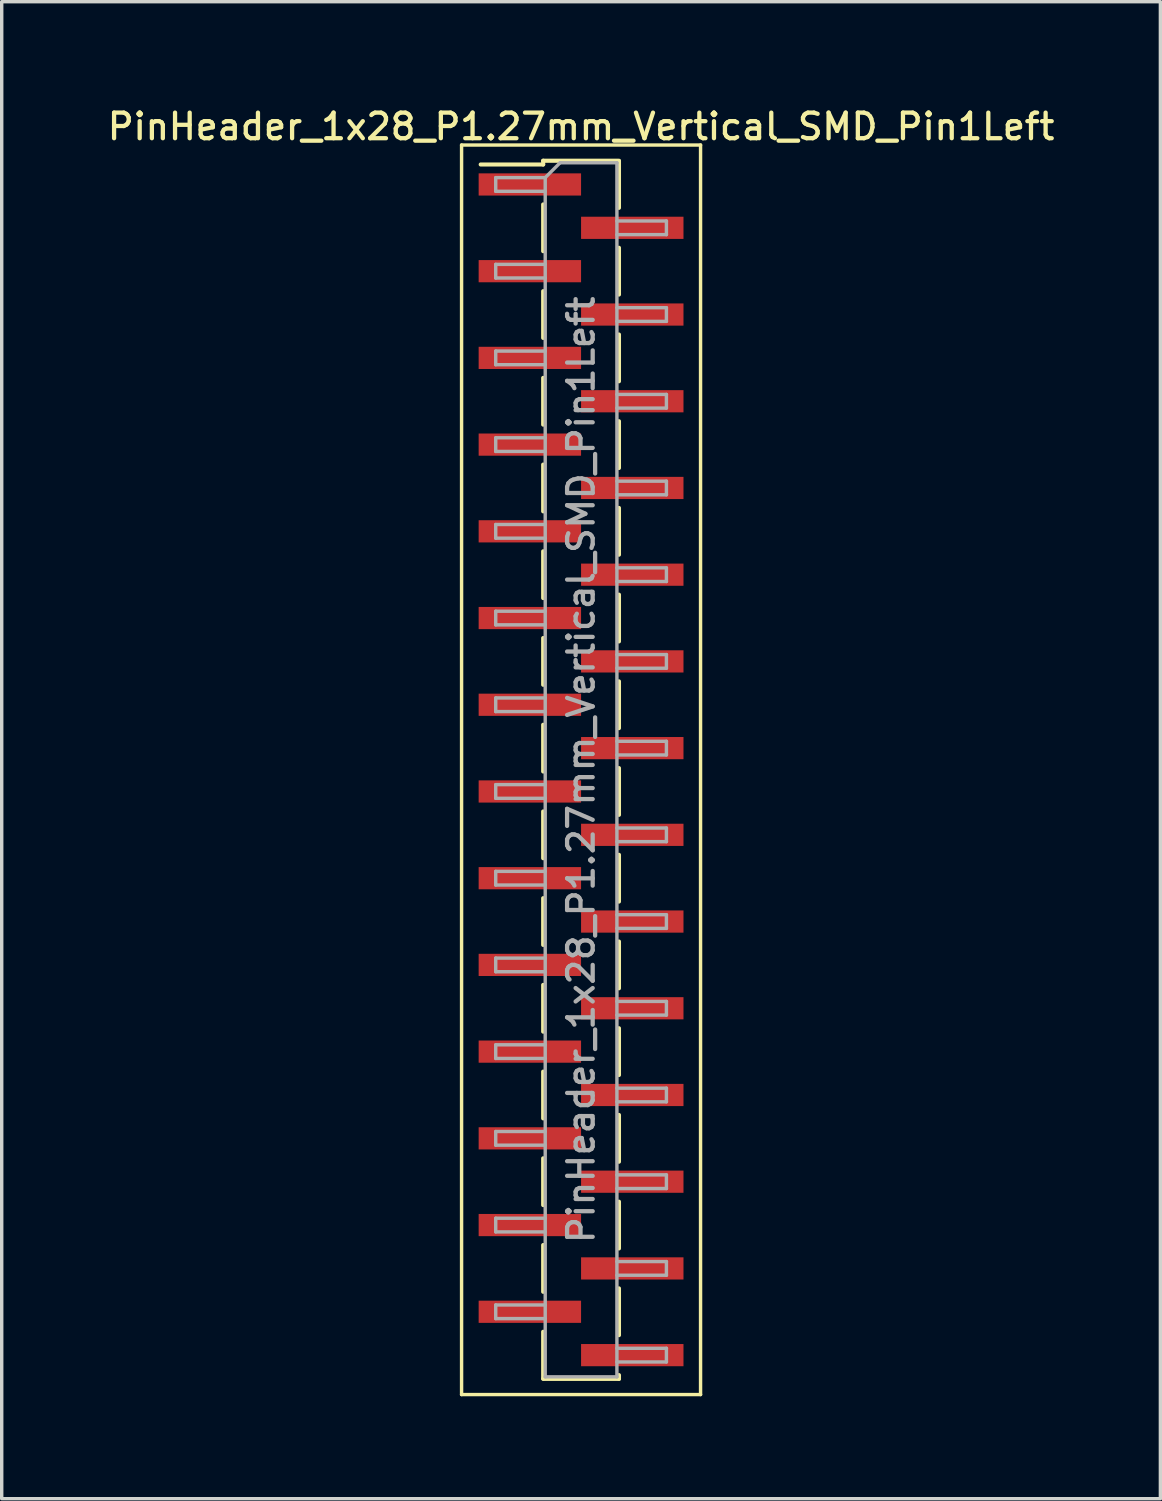
<source format=kicad_pcb>
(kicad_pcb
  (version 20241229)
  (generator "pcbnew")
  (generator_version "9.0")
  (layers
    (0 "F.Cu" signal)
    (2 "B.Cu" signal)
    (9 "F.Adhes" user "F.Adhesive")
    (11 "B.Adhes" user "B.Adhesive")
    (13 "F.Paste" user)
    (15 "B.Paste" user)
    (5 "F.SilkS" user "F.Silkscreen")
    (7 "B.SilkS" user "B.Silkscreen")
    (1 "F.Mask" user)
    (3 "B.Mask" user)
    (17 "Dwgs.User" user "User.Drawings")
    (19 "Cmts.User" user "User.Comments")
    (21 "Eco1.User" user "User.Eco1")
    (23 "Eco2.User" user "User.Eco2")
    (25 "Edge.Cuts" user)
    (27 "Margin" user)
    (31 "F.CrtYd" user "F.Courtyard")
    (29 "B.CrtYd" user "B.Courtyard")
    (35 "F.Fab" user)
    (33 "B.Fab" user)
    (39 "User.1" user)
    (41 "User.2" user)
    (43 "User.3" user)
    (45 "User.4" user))
  (footprint "PinHeader_1x28_P1.27mm_Vertical_SMD_Pin1Left"
    (layer "F.Cu")
    (at 13.97 19.498)
    (property "Reference" "PinHeader_1x28_P1.27mm_Vertical_SMD_Pin1Left" (at 0 -18.84 0) (layer "F.SilkS") (effects (font (size 0.75 0.75) (thickness 0.125))))
    (attr smd)
    (fp_line (start -3.5 -18.3) (end -3.5 18.3) (stroke (width 0.1) (type solid)) (layer "F.SilkS"))
    (fp_line (start -3.5 18.3) (end 3.5 18.3) (stroke (width 0.1) (type solid)) (layer "F.SilkS"))
    (fp_line (start -1.11 -17.84) (end -1.11 -17.73) (stroke (width 0.12) (type solid)) (layer "F.SilkS"))
    (fp_line (start -1.11 -17.84) (end 1.11 -17.84) (stroke (width 0.12) (type solid)) (layer "F.SilkS"))
    (fp_line (start -1.11 -17.73) (end -2.94 -17.73) (stroke (width 0.12) (type solid)) (layer "F.SilkS"))
    (fp_line (start -1.11 -16.56) (end -1.11 -15.19) (stroke (width 0.12) (type solid)) (layer "F.SilkS"))
    (fp_line (start -1.11 -14.02) (end -1.11 -12.65) (stroke (width 0.12) (type solid)) (layer "F.SilkS"))
    (fp_line (start -1.11 -11.48) (end -1.11 -10.11) (stroke (width 0.12) (type solid)) (layer "F.SilkS"))
    (fp_line (start -1.11 -8.94) (end -1.11 -7.57) (stroke (width 0.12) (type solid)) (layer "F.SilkS"))
    (fp_line (start -1.11 -6.4) (end -1.11 -5.03) (stroke (width 0.12) (type solid)) (layer "F.SilkS"))
    (fp_line (start -1.11 -3.86) (end -1.11 -2.49) (stroke (width 0.12) (type solid)) (layer "F.SilkS"))
    (fp_line (start -1.11 -1.32) (end -1.11 0.05) (stroke (width 0.12) (type solid)) (layer "F.SilkS"))
    (fp_line (start -1.11 1.22) (end -1.11 2.59) (stroke (width 0.12) (type solid)) (layer "F.SilkS"))
    (fp_line (start -1.11 3.76) (end -1.11 5.13) (stroke (width 0.12) (type solid)) (layer "F.SilkS"))
    (fp_line (start -1.11 6.3) (end -1.11 7.67) (stroke (width 0.12) (type solid)) (layer "F.SilkS"))
    (fp_line (start -1.11 8.84) (end -1.11 10.21) (stroke (width 0.12) (type solid)) (layer "F.SilkS"))
    (fp_line (start -1.11 11.38) (end -1.11 12.75) (stroke (width 0.12) (type solid)) (layer "F.SilkS"))
    (fp_line (start -1.11 13.92) (end -1.11 15.29) (stroke (width 0.12) (type solid)) (layer "F.SilkS"))
    (fp_line (start -1.11 16.46) (end -1.11 17.83) (stroke (width 0.12) (type solid)) (layer "F.SilkS"))
    (fp_line (start -1.11 17.84) (end 1.11 17.84) (stroke (width 0.12) (type solid)) (layer "F.SilkS"))
    (fp_line (start 1.11 -17.83) (end 1.11 -16.46) (stroke (width 0.12) (type solid)) (layer "F.SilkS"))
    (fp_line (start 1.11 -15.29) (end 1.11 -13.92) (stroke (width 0.12) (type solid)) (layer "F.SilkS"))
    (fp_line (start 1.11 -12.75) (end 1.11 -11.38) (stroke (width 0.12) (type solid)) (layer "F.SilkS"))
    (fp_line (start 1.11 -10.21) (end 1.11 -8.84) (stroke (width 0.12) (type solid)) (layer "F.SilkS"))
    (fp_line (start 1.11 -7.67) (end 1.11 -6.3) (stroke (width 0.12) (type solid)) (layer "F.SilkS"))
    (fp_line (start 1.11 -5.13) (end 1.11 -3.76) (stroke (width 0.12) (type solid)) (layer "F.SilkS"))
    (fp_line (start 1.11 -2.59) (end 1.11 -1.22) (stroke (width 0.12) (type solid)) (layer "F.SilkS"))
    (fp_line (start 1.11 -0.05) (end 1.11 1.32) (stroke (width 0.12) (type solid)) (layer "F.SilkS"))
    (fp_line (start 1.11 2.49) (end 1.11 3.86) (stroke (width 0.12) (type solid)) (layer "F.SilkS"))
    (fp_line (start 1.11 5.03) (end 1.11 6.4) (stroke (width 0.12) (type solid)) (layer "F.SilkS"))
    (fp_line (start 1.11 7.57) (end 1.11 8.94) (stroke (width 0.12) (type solid)) (layer "F.SilkS"))
    (fp_line (start 1.11 10.11) (end 1.11 11.48) (stroke (width 0.12) (type solid)) (layer "F.SilkS"))
    (fp_line (start 1.11 12.65) (end 1.11 14.02) (stroke (width 0.12) (type solid)) (layer "F.SilkS"))
    (fp_line (start 1.11 15.19) (end 1.11 16.56) (stroke (width 0.12) (type solid)) (layer "F.SilkS"))
    (fp_line (start 1.11 17.73) (end 1.11 17.84) (stroke (width 0.12) (type solid)) (layer "F.SilkS"))
    (fp_line (start 3.5 -18.3) (end -3.5 -18.3) (stroke (width 0.1) (type solid)) (layer "F.SilkS"))
    (fp_line (start 3.5 18.3) (end 3.5 -18.3) (stroke (width 0.1) (type solid)) (layer "F.SilkS"))
    (fp_line (start -2.5 -17.345) (end -2.5 -16.945) (stroke (width 0.1) (type solid)) (layer "F.Fab"))
    (fp_line (start -2.5 -16.945) (end -1.05 -16.945) (stroke (width 0.1) (type solid)) (layer "F.Fab"))
    (fp_line (start -2.5 -14.805) (end -2.5 -14.405) (stroke (width 0.1) (type solid)) (layer "F.Fab"))
    (fp_line (start -2.5 -14.405) (end -1.05 -14.405) (stroke (width 0.1) (type solid)) (layer "F.Fab"))
    (fp_line (start -2.5 -12.265) (end -2.5 -11.865) (stroke (width 0.1) (type solid)) (layer "F.Fab"))
    (fp_line (start -2.5 -11.865) (end -1.05 -11.865) (stroke (width 0.1) (type solid)) (layer "F.Fab"))
    (fp_line (start -2.5 -9.725) (end -2.5 -9.325) (stroke (width 0.1) (type solid)) (layer "F.Fab"))
    (fp_line (start -2.5 -9.325) (end -1.05 -9.325) (stroke (width 0.1) (type solid)) (layer "F.Fab"))
    (fp_line (start -2.5 -7.185) (end -2.5 -6.785) (stroke (width 0.1) (type solid)) (layer "F.Fab"))
    (fp_line (start -2.5 -6.785) (end -1.05 -6.785) (stroke (width 0.1) (type solid)) (layer "F.Fab"))
    (fp_line (start -2.5 -4.645) (end -2.5 -4.245) (stroke (width 0.1) (type solid)) (layer "F.Fab"))
    (fp_line (start -2.5 -4.245) (end -1.05 -4.245) (stroke (width 0.1) (type solid)) (layer "F.Fab"))
    (fp_line (start -2.5 -2.105) (end -2.5 -1.705) (stroke (width 0.1) (type solid)) (layer "F.Fab"))
    (fp_line (start -2.5 -1.705) (end -1.05 -1.705) (stroke (width 0.1) (type solid)) (layer "F.Fab"))
    (fp_line (start -2.5 0.435) (end -2.5 0.835) (stroke (width 0.1) (type solid)) (layer "F.Fab"))
    (fp_line (start -2.5 0.835) (end -1.05 0.835) (stroke (width 0.1) (type solid)) (layer "F.Fab"))
    (fp_line (start -2.5 2.975) (end -2.5 3.375) (stroke (width 0.1) (type solid)) (layer "F.Fab"))
    (fp_line (start -2.5 3.375) (end -1.05 3.375) (stroke (width 0.1) (type solid)) (layer "F.Fab"))
    (fp_line (start -2.5 5.515) (end -2.5 5.915) (stroke (width 0.1) (type solid)) (layer "F.Fab"))
    (fp_line (start -2.5 5.915) (end -1.05 5.915) (stroke (width 0.1) (type solid)) (layer "F.Fab"))
    (fp_line (start -2.5 8.055) (end -2.5 8.455) (stroke (width 0.1) (type solid)) (layer "F.Fab"))
    (fp_line (start -2.5 8.455) (end -1.05 8.455) (stroke (width 0.1) (type solid)) (layer "F.Fab"))
    (fp_line (start -2.5 10.595) (end -2.5 10.995) (stroke (width 0.1) (type solid)) (layer "F.Fab"))
    (fp_line (start -2.5 10.995) (end -1.05 10.995) (stroke (width 0.1) (type solid)) (layer "F.Fab"))
    (fp_line (start -2.5 13.135) (end -2.5 13.535) (stroke (width 0.1) (type solid)) (layer "F.Fab"))
    (fp_line (start -2.5 13.535) (end -1.05 13.535) (stroke (width 0.1) (type solid)) (layer "F.Fab"))
    (fp_line (start -2.5 15.675) (end -2.5 16.075) (stroke (width 0.1) (type solid)) (layer "F.Fab"))
    (fp_line (start -2.5 16.075) (end -1.05 16.075) (stroke (width 0.1) (type solid)) (layer "F.Fab"))
    (fp_line (start -1.05 -17.345) (end -2.5 -17.345) (stroke (width 0.1) (type solid)) (layer "F.Fab"))
    (fp_line (start -1.05 -17.345) (end -0.615 -17.78) (stroke (width 0.1) (type solid)) (layer "F.Fab"))
    (fp_line (start -1.05 -14.805) (end -2.5 -14.805) (stroke (width 0.1) (type solid)) (layer "F.Fab"))
    (fp_line (start -1.05 -12.265) (end -2.5 -12.265) (stroke (width 0.1) (type solid)) (layer "F.Fab"))
    (fp_line (start -1.05 -9.725) (end -2.5 -9.725) (stroke (width 0.1) (type solid)) (layer "F.Fab"))
    (fp_line (start -1.05 -7.185) (end -2.5 -7.185) (stroke (width 0.1) (type solid)) (layer "F.Fab"))
    (fp_line (start -1.05 -4.645) (end -2.5 -4.645) (stroke (width 0.1) (type solid)) (layer "F.Fab"))
    (fp_line (start -1.05 -2.105) (end -2.5 -2.105) (stroke (width 0.1) (type solid)) (layer "F.Fab"))
    (fp_line (start -1.05 0.435) (end -2.5 0.435) (stroke (width 0.1) (type solid)) (layer "F.Fab"))
    (fp_line (start -1.05 2.975) (end -2.5 2.975) (stroke (width 0.1) (type solid)) (layer "F.Fab"))
    (fp_line (start -1.05 5.515) (end -2.5 5.515) (stroke (width 0.1) (type solid)) (layer "F.Fab"))
    (fp_line (start -1.05 8.055) (end -2.5 8.055) (stroke (width 0.1) (type solid)) (layer "F.Fab"))
    (fp_line (start -1.05 10.595) (end -2.5 10.595) (stroke (width 0.1) (type solid)) (layer "F.Fab"))
    (fp_line (start -1.05 13.135) (end -2.5 13.135) (stroke (width 0.1) (type solid)) (layer "F.Fab"))
    (fp_line (start -1.05 15.675) (end -2.5 15.675) (stroke (width 0.1) (type solid)) (layer "F.Fab"))
    (fp_line (start -1.05 17.78) (end -1.05 -17.345) (stroke (width 0.1) (type solid)) (layer "F.Fab"))
    (fp_line (start -0.615 -17.78) (end 1.05 -17.78) (stroke (width 0.1) (type solid)) (layer "F.Fab"))
    (fp_line (start 1.05 -17.78) (end 1.05 17.78) (stroke (width 0.1) (type solid)) (layer "F.Fab"))
    (fp_line (start 1.05 -16.075) (end 2.5 -16.075) (stroke (width 0.1) (type solid)) (layer "F.Fab"))
    (fp_line (start 1.05 -13.535) (end 2.5 -13.535) (stroke (width 0.1) (type solid)) (layer "F.Fab"))
    (fp_line (start 1.05 -10.995) (end 2.5 -10.995) (stroke (width 0.1) (type solid)) (layer "F.Fab"))
    (fp_line (start 1.05 -8.455) (end 2.5 -8.455) (stroke (width 0.1) (type solid)) (layer "F.Fab"))
    (fp_line (start 1.05 -5.915) (end 2.5 -5.915) (stroke (width 0.1) (type solid)) (layer "F.Fab"))
    (fp_line (start 1.05 -3.375) (end 2.5 -3.375) (stroke (width 0.1) (type solid)) (layer "F.Fab"))
    (fp_line (start 1.05 -0.835) (end 2.5 -0.835) (stroke (width 0.1) (type solid)) (layer "F.Fab"))
    (fp_line (start 1.05 1.705) (end 2.5 1.705) (stroke (width 0.1) (type solid)) (layer "F.Fab"))
    (fp_line (start 1.05 4.245) (end 2.5 4.245) (stroke (width 0.1) (type solid)) (layer "F.Fab"))
    (fp_line (start 1.05 6.785) (end 2.5 6.785) (stroke (width 0.1) (type solid)) (layer "F.Fab"))
    (fp_line (start 1.05 9.325) (end 2.5 9.325) (stroke (width 0.1) (type solid)) (layer "F.Fab"))
    (fp_line (start 1.05 11.865) (end 2.5 11.865) (stroke (width 0.1) (type solid)) (layer "F.Fab"))
    (fp_line (start 1.05 14.405) (end 2.5 14.405) (stroke (width 0.1) (type solid)) (layer "F.Fab"))
    (fp_line (start 1.05 16.945) (end 2.5 16.945) (stroke (width 0.1) (type solid)) (layer "F.Fab"))
    (fp_line (start 1.05 17.78) (end -1.05 17.78) (stroke (width 0.1) (type solid)) (layer "F.Fab"))
    (fp_line (start 2.5 -16.075) (end 2.5 -15.675) (stroke (width 0.1) (type solid)) (layer "F.Fab"))
    (fp_line (start 2.5 -15.675) (end 1.05 -15.675) (stroke (width 0.1) (type solid)) (layer "F.Fab"))
    (fp_line (start 2.5 -13.535) (end 2.5 -13.135) (stroke (width 0.1) (type solid)) (layer "F.Fab"))
    (fp_line (start 2.5 -13.135) (end 1.05 -13.135) (stroke (width 0.1) (type solid)) (layer "F.Fab"))
    (fp_line (start 2.5 -10.995) (end 2.5 -10.595) (stroke (width 0.1) (type solid)) (layer "F.Fab"))
    (fp_line (start 2.5 -10.595) (end 1.05 -10.595) (stroke (width 0.1) (type solid)) (layer "F.Fab"))
    (fp_line (start 2.5 -8.455) (end 2.5 -8.055) (stroke (width 0.1) (type solid)) (layer "F.Fab"))
    (fp_line (start 2.5 -8.055) (end 1.05 -8.055) (stroke (width 0.1) (type solid)) (layer "F.Fab"))
    (fp_line (start 2.5 -5.915) (end 2.5 -5.515) (stroke (width 0.1) (type solid)) (layer "F.Fab"))
    (fp_line (start 2.5 -5.515) (end 1.05 -5.515) (stroke (width 0.1) (type solid)) (layer "F.Fab"))
    (fp_line (start 2.5 -3.375) (end 2.5 -2.975) (stroke (width 0.1) (type solid)) (layer "F.Fab"))
    (fp_line (start 2.5 -2.975) (end 1.05 -2.975) (stroke (width 0.1) (type solid)) (layer "F.Fab"))
    (fp_line (start 2.5 -0.835) (end 2.5 -0.435) (stroke (width 0.1) (type solid)) (layer "F.Fab"))
    (fp_line (start 2.5 -0.435) (end 1.05 -0.435) (stroke (width 0.1) (type solid)) (layer "F.Fab"))
    (fp_line (start 2.5 1.705) (end 2.5 2.105) (stroke (width 0.1) (type solid)) (layer "F.Fab"))
    (fp_line (start 2.5 2.105) (end 1.05 2.105) (stroke (width 0.1) (type solid)) (layer "F.Fab"))
    (fp_line (start 2.5 4.245) (end 2.5 4.645) (stroke (width 0.1) (type solid)) (layer "F.Fab"))
    (fp_line (start 2.5 4.645) (end 1.05 4.645) (stroke (width 0.1) (type solid)) (layer "F.Fab"))
    (fp_line (start 2.5 6.785) (end 2.5 7.185) (stroke (width 0.1) (type solid)) (layer "F.Fab"))
    (fp_line (start 2.5 7.185) (end 1.05 7.185) (stroke (width 0.1) (type solid)) (layer "F.Fab"))
    (fp_line (start 2.5 9.325) (end 2.5 9.725) (stroke (width 0.1) (type solid)) (layer "F.Fab"))
    (fp_line (start 2.5 9.725) (end 1.05 9.725) (stroke (width 0.1) (type solid)) (layer "F.Fab"))
    (fp_line (start 2.5 11.865) (end 2.5 12.265) (stroke (width 0.1) (type solid)) (layer "F.Fab"))
    (fp_line (start 2.5 12.265) (end 1.05 12.265) (stroke (width 0.1) (type solid)) (layer "F.Fab"))
    (fp_line (start 2.5 14.405) (end 2.5 14.805) (stroke (width 0.1) (type solid)) (layer "F.Fab"))
    (fp_line (start 2.5 14.805) (end 1.05 14.805) (stroke (width 0.1) (type solid)) (layer "F.Fab"))
    (fp_line (start 2.5 16.945) (end 2.5 17.345) (stroke (width 0.1) (type solid)) (layer "F.Fab"))
    (fp_line (start 2.5 17.345) (end 1.05 17.345) (stroke (width 0.1) (type solid)) (layer "F.Fab"))
    (fp_text user "${REFERENCE}" (at 0 0 90) (layer "F.Fab") (effects (font (size 0.75 0.75) (thickness 0.125))))
    (pad "1" smd rect (at -1.5 -17.145) (size 3 0.65) (layers "F.Cu" "F.Mask" "F.Paste"))
    (pad "2" smd rect (at 1.5 -15.875) (size 3 0.65) (layers "F.Cu" "F.Mask" "F.Paste"))
    (pad "3" smd rect (at -1.5 -14.605) (size 3 0.65) (layers "F.Cu" "F.Mask" "F.Paste"))
    (pad "4" smd rect (at 1.5 -13.335) (size 3 0.65) (layers "F.Cu" "F.Mask" "F.Paste"))
    (pad "5" smd rect (at -1.5 -12.065) (size 3 0.65) (layers "F.Cu" "F.Mask" "F.Paste"))
    (pad "6" smd rect (at 1.5 -10.795) (size 3 0.65) (layers "F.Cu" "F.Mask" "F.Paste"))
    (pad "7" smd rect (at -1.5 -9.525) (size 3 0.65) (layers "F.Cu" "F.Mask" "F.Paste"))
    (pad "8" smd rect (at 1.5 -8.255) (size 3 0.65) (layers "F.Cu" "F.Mask" "F.Paste"))
    (pad "9" smd rect (at -1.5 -6.985) (size 3 0.65) (layers "F.Cu" "F.Mask" "F.Paste"))
    (pad "10" smd rect (at 1.5 -5.715) (size 3 0.65) (layers "F.Cu" "F.Mask" "F.Paste"))
    (pad "11" smd rect (at -1.5 -4.445) (size 3 0.65) (layers "F.Cu" "F.Mask" "F.Paste"))
    (pad "12" smd rect (at 1.5 -3.175) (size 3 0.65) (layers "F.Cu" "F.Mask" "F.Paste"))
    (pad "13" smd rect (at -1.5 -1.905) (size 3 0.65) (layers "F.Cu" "F.Mask" "F.Paste"))
    (pad "14" smd rect (at 1.5 -0.635) (size 3 0.65) (layers "F.Cu" "F.Mask" "F.Paste"))
    (pad "15" smd rect (at -1.5 0.635) (size 3 0.65) (layers "F.Cu" "F.Mask" "F.Paste"))
    (pad "16" smd rect (at 1.5 1.905) (size 3 0.65) (layers "F.Cu" "F.Mask" "F.Paste"))
    (pad "17" smd rect (at -1.5 3.175) (size 3 0.65) (layers "F.Cu" "F.Mask" "F.Paste"))
    (pad "18" smd rect (at 1.5 4.445) (size 3 0.65) (layers "F.Cu" "F.Mask" "F.Paste"))
    (pad "19" smd rect (at -1.5 5.715) (size 3 0.65) (layers "F.Cu" "F.Mask" "F.Paste"))
    (pad "20" smd rect (at 1.5 6.985) (size 3 0.65) (layers "F.Cu" "F.Mask" "F.Paste"))
    (pad "21" smd rect (at -1.5 8.255) (size 3 0.65) (layers "F.Cu" "F.Mask" "F.Paste"))
    (pad "22" smd rect (at 1.5 9.525) (size 3 0.65) (layers "F.Cu" "F.Mask" "F.Paste"))
    (pad "23" smd rect (at -1.5 10.795) (size 3 0.65) (layers "F.Cu" "F.Mask" "F.Paste"))
    (pad "24" smd rect (at 1.5 12.065) (size 3 0.65) (layers "F.Cu" "F.Mask" "F.Paste"))
    (pad "25" smd rect (at -1.5 13.335) (size 3 0.65) (layers "F.Cu" "F.Mask" "F.Paste"))
    (pad "26" smd rect (at 1.5 14.605) (size 3 0.65) (layers "F.Cu" "F.Mask" "F.Paste"))
    (pad "27" smd rect (at -1.5 15.875) (size 3 0.65) (layers "F.Cu" "F.Mask" "F.Paste"))
    (pad "28" smd rect (at 1.5 17.145) (size 3 0.65) (layers "F.Cu" "F.Mask" "F.Paste")))
  (gr_rect
    (start -3 -3)
    (end 30.939 40.848)
    (stroke (width 0.1) (type default))
    (fill no)
    (layer "Edge.Cuts")))
</source>
